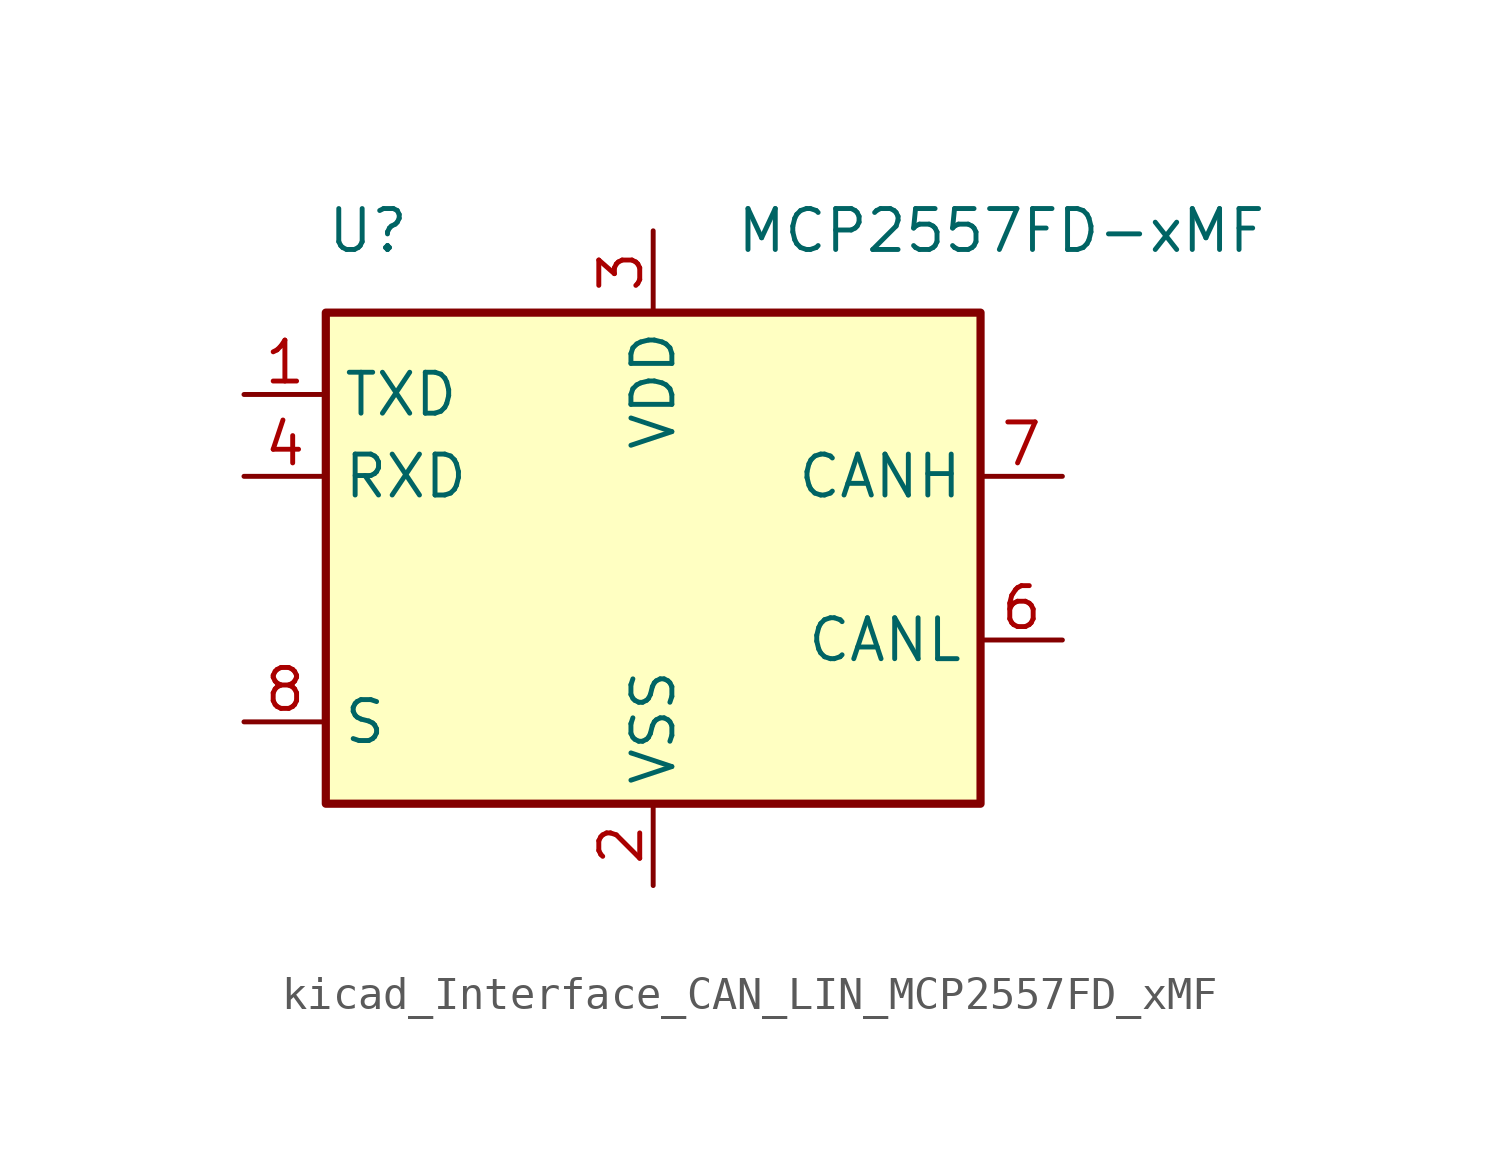
<source format=kicad_sym>
(kicad_symbol_lib
  (version 20220914)
  (generator kicad_symbol_editor)
  (symbol "kicad_Interface_CAN_LIN_MCP2557FD_xMF"
    (property "Reference" "U"
      (at -10.16 10.16 0)
      (effects (font (size 1.27 1.27)) (justify left)))
    (property "Value" "MCP2557FD-xMF"
      (at 2.54 10.16 0)
      (effects (font (size 1.27 1.27)) (justify left)))
    (symbol "kicad_Interface_CAN_LIN_MCP2557FD_xMF_0_1"
      (rectangle (start -10.16 7.62) (end 10.16 -7.62) (stroke (width 0.254) (type default)) (fill (type background))))
    (symbol "kicad_Interface_CAN_LIN_MCP2557FD_xMF_1_1"
      (pin input line (at -12.7 5.08 0) (length 2.54) (name "TXD" (effects (font (size 1.27 1.27)))) (number "1" (effects (font (size 1.27 1.27)))))
      (pin power_in line (at 0 -10.16 90) (length 2.54) (name "VSS" (effects (font (size 1.27 1.27)))) (number "2" (effects (font (size 1.27 1.27)))))
      (pin power_in line (at 0 10.16 270) (length 2.54) (name "VDD" (effects (font (size 1.27 1.27)))) (number "3" (effects (font (size 1.27 1.27)))))
      (pin output line (at -12.7 2.54 0) (length 2.54) (name "RXD" (effects (font (size 1.27 1.27)))) (number "4" (effects (font (size 1.27 1.27)))))
      (pin no_connect line (at -10.16 -2.54 0) (length 2.54) hide (name "NC" (effects (font (size 1.27 1.27)))) (number "5" (effects (font (size 1.27 1.27)))))
      (pin bidirectional line (at 12.7 -2.54 180) (length 2.54) (name "CANL" (effects (font (size 1.27 1.27)))) (number "6" (effects (font (size 1.27 1.27)))))
      (pin bidirectional line (at 12.7 2.54 180) (length 2.54) (name "CANH" (effects (font (size 1.27 1.27)))) (number "7" (effects (font (size 1.27 1.27)))))
      (pin input line (at -12.7 -5.08 0) (length 2.54) (name "S" (effects (font (size 1.27 1.27)))) (number "8" (effects (font (size 1.27 1.27)))))
      (pin passive line (at 0 -10.16 90) (length 2.54) hide (name "VSS" (effects (font (size 1.27 1.27)))) (number "9" (effects (font (size 1.27 1.27))))))))
</source>
